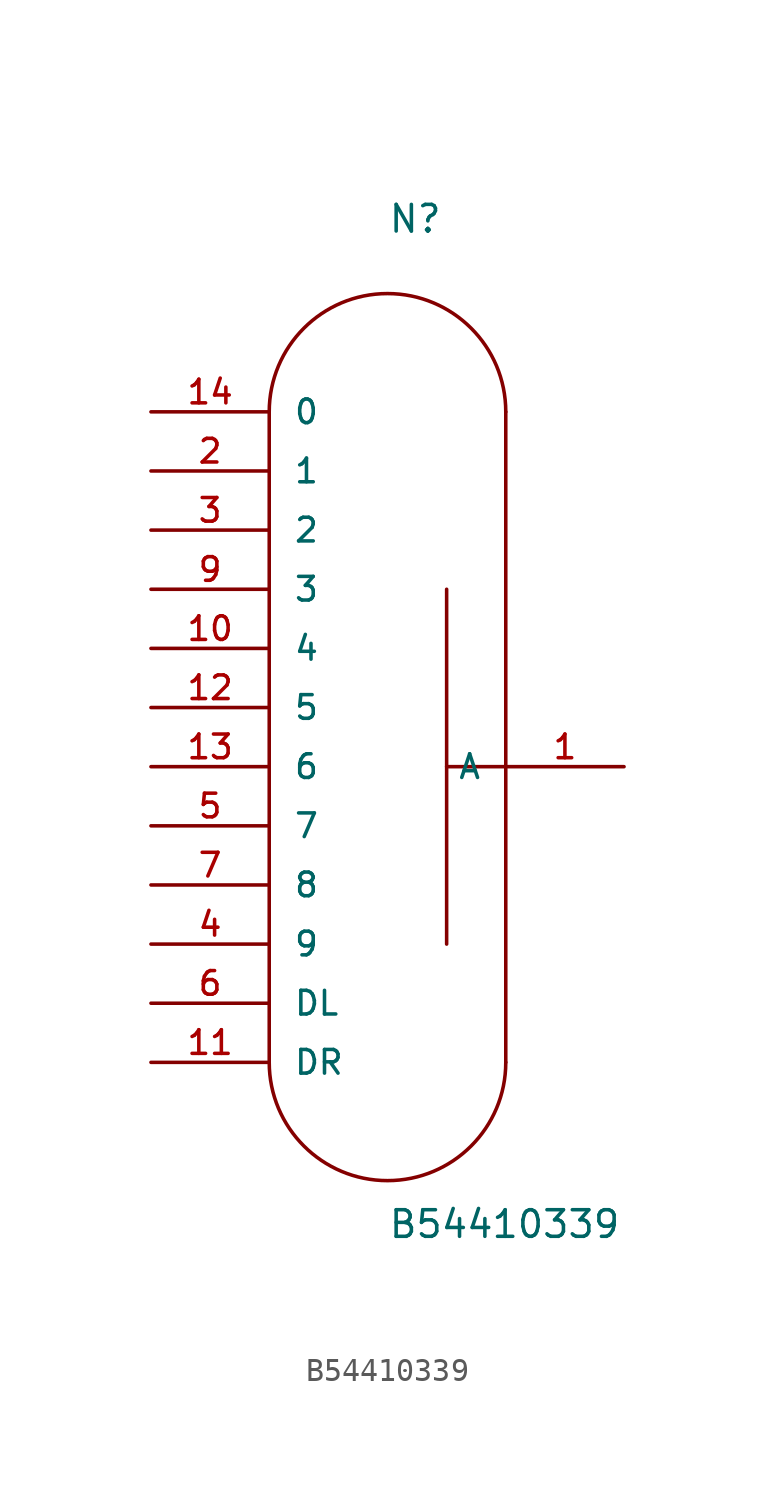
<source format=kicad_sym>
(kicad_symbol_lib
  (version 20211014)
  (generator kicad_symbol_editor)
  (symbol "B54410339"
    (pin_names
      (offset 1.016))
    (property "Reference" "N"
      (at 0 22.86 0)
      (effects (font (size 1.143 1.143)) (justify left bottom)))
    (property "Value" "B54410339"
      (at 0 -20.32 0)
      (effects (font (size 1.143 1.143)) (justify left bottom)))
    (property "ki_locked" ""
      (at 0 0 0)
      (effects (font (size 1.27 1.27))))
    (symbol "B54410339_1_0"
      (polyline (pts (xy -5.08 15.24) (xy -5.08 -12.7)) (stroke (width 0) (type default) (color 0 0 0 0)) (fill (type none)))
      (polyline (pts (xy 2.54 -7.62) (xy 2.54 7.62)) (stroke (width 0) (type default) (color 0 0 0 0)) (fill (type none)))
      (polyline (pts (xy 5.08 0) (xy 2.54 0)) (stroke (width 0) (type default) (color 0 0 0 0)) (fill (type none)))
      (polyline (pts (xy 5.08 15.24) (xy 5.08 -12.7)) (stroke (width 0) (type default) (color 0 0 0 0)) (fill (type none))))
    (symbol "B54410339_1_1"
      (arc (start -5.08 -12.7) (mid 0 -17.78) (end 5.08 -12.7) (stroke (width 0) (type default) (color 0 0 0 0)) (fill (type none)))
      (arc (start 5.08 15.24) (mid 0 20.32) (end -5.08 15.24) (stroke (width 0) (type default) (color 0 0 0 0)) (fill (type none)))
      (pin passive line (at 10.16 0 180) (length 5.08) (name "A" (effects (font (size 1.016 1.016)))) (number "1" (effects (font (size 1.016 1.016)))))
      (pin passive line (at -10.16 5.08 0) (length 5.08) (name "4" (effects (font (size 1.016 1.016)))) (number "10" (effects (font (size 1.016 1.016)))))
      (pin passive line (at -10.16 -12.7 0) (length 5.08) (name "DR" (effects (font (size 1.016 1.016)))) (number "11" (effects (font (size 1.016 1.016)))))
      (pin passive line (at -10.16 2.54 0) (length 5.08) (name "5" (effects (font (size 1.016 1.016)))) (number "12" (effects (font (size 1.016 1.016)))))
      (pin passive line (at -10.16 0 0) (length 5.08) (name "6" (effects (font (size 1.016 1.016)))) (number "13" (effects (font (size 1.016 1.016)))))
      (pin passive line (at -10.16 15.24 0) (length 5.08) (name "0" (effects (font (size 1.016 1.016)))) (number "14" (effects (font (size 1.016 1.016)))))
      (pin passive line (at -10.16 12.7 0) (length 5.08) (name "1" (effects (font (size 1.016 1.016)))) (number "2" (effects (font (size 1.016 1.016)))))
      (pin passive line (at -10.16 10.16 0) (length 5.08) (name "2" (effects (font (size 1.016 1.016)))) (number "3" (effects (font (size 1.016 1.016)))))
      (pin passive line (at -10.16 -7.62 0) (length 5.08) (name "9" (effects (font (size 1.016 1.016)))) (number "4" (effects (font (size 1.016 1.016)))))
      (pin passive line (at -10.16 -2.54 0) (length 5.08) (name "7" (effects (font (size 1.016 1.016)))) (number "5" (effects (font (size 1.016 1.016)))))
      (pin passive line (at -10.16 -10.16 0) (length 5.08) (name "DL" (effects (font (size 1.016 1.016)))) (number "6" (effects (font (size 1.016 1.016)))))
      (pin passive line (at -10.16 -5.08 0) (length 5.08) (name "8" (effects (font (size 1.016 1.016)))) (number "7" (effects (font (size 1.016 1.016)))))
      (pin passive line (at -10.16 7.62 0) (length 5.08) (name "3" (effects (font (size 1.016 1.016)))) (number "9" (effects (font (size 1.016 1.016))))))))
</source>
